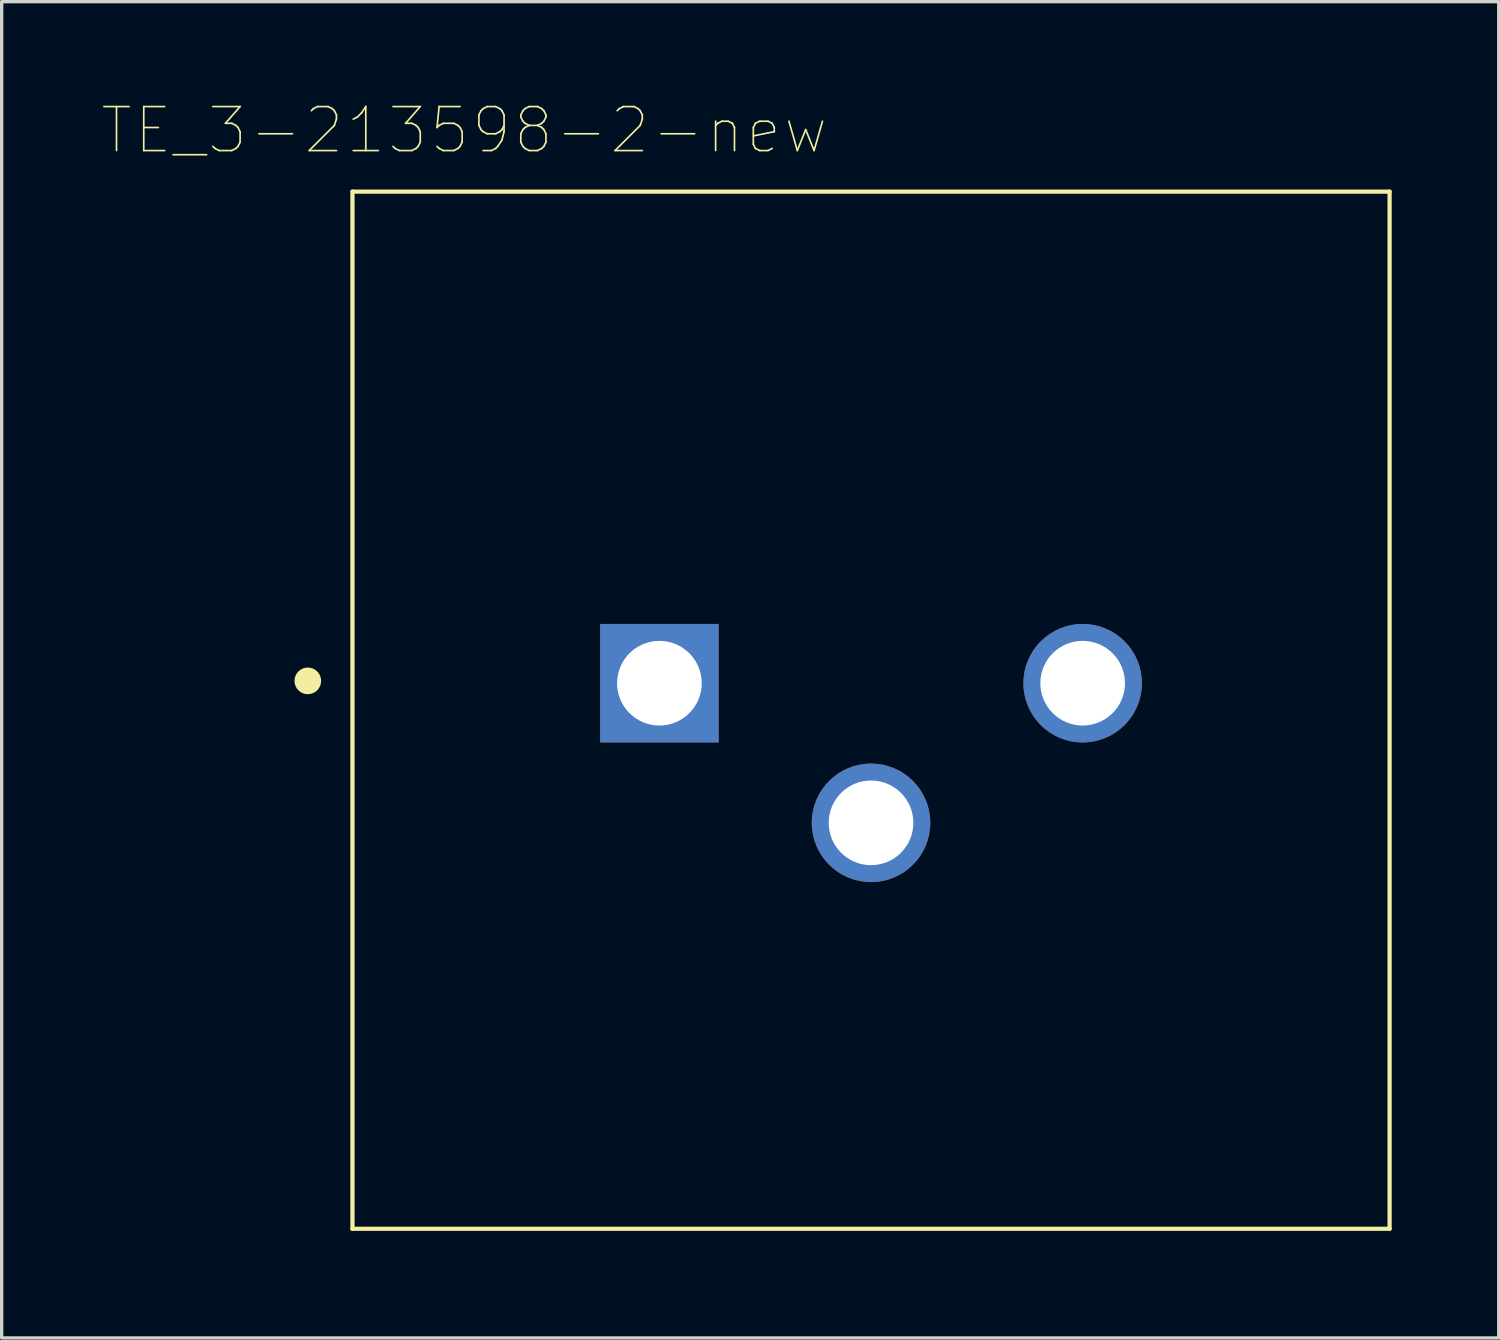
<source format=kicad_pcb>
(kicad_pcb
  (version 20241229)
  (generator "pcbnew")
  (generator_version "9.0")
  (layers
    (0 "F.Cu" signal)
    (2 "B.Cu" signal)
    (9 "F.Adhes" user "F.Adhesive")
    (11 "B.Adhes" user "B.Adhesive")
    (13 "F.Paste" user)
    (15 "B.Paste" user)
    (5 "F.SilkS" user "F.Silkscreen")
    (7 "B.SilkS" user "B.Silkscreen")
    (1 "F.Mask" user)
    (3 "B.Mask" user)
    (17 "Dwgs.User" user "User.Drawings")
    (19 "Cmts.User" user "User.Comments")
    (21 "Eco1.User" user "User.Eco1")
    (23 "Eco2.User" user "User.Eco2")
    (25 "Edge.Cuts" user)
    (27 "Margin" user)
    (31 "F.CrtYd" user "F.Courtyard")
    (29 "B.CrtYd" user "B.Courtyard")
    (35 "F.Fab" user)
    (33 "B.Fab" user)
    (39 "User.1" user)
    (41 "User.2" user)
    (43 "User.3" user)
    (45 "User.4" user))
  (footprint "TE_3-213598-2-new"
    (layer "F.Cu")
    (at 23.086 18.26)
    (property "Reference" "TE_3-213598-2-new" (at -12.206 -17.401 0) (layer "F.SilkS") (effects (font (size 1.32 1.32) (thickness 0.05))))
    (attr through_hole)
    (fp_line (start -15.56 -15.56) (end -15.56 15.56) (stroke (width 0.127) (type solid)) (layer "F.SilkS"))
    (fp_line (start -15.56 15.56) (end 15.56 15.56) (stroke (width 0.127) (type solid)) (layer "F.SilkS"))
    (fp_line (start 15.56 -15.56) (end -15.56 -15.56) (stroke (width 0.127) (type solid)) (layer "F.SilkS"))
    (fp_line (start 15.56 15.56) (end 15.56 -15.56) (stroke (width 0.127) (type solid)) (layer "F.SilkS"))
    (fp_circle (center -16.9 -0.88) (end -16.7 -0.88) (stroke (width 0.4) (type solid)) (fill no) (layer "F.SilkS"))
    (fp_line (start -15.81 -15.81) (end -15.81 15.81) (stroke (width 0.05) (type solid)) (layer "Eco1.User"))
    (fp_line (start -15.81 15.81) (end 15.81 15.81) (stroke (width 0.05) (type solid)) (layer "Eco1.User"))
    (fp_line (start 15.81 -15.81) (end -15.81 -15.81) (stroke (width 0.05) (type solid)) (layer "Eco1.User"))
    (fp_line (start 15.81 15.81) (end 15.81 -15.81) (stroke (width 0.05) (type solid)) (layer "Eco1.User"))
    (fp_line (start -15.56 -15.56) (end -15.56 15.56) (stroke (width 0.127) (type solid)) (layer "Eco2.User"))
    (fp_line (start -15.56 15.56) (end 15.56 15.56) (stroke (width 0.127) (type solid)) (layer "Eco2.User"))
    (fp_line (start 15.56 -15.56) (end -15.56 -15.56) (stroke (width 0.127) (type solid)) (layer "Eco2.User"))
    (fp_line (start 15.56 15.56) (end 15.56 -15.56) (stroke (width 0.127) (type solid)) (layer "Eco2.User"))
    (pad "1" thru_hole rect (at -6.35 -0.81) (size 3.556 3.556) (drill 2.54) (layers "*.Cu" "*.Mask"))
    (pad "2" thru_hole circle (at 0 3.38) (size 3.556 3.556) (drill 2.54) (layers "*.Cu" "*.Mask"))
    (pad "3" thru_hole circle (at 6.35 -0.81) (size 3.556 3.556) (drill 2.54) (layers "*.Cu" "*.Mask")))
  (gr_rect
    (start -3 -3)
    (end 41.921 37.095)
    (stroke (width 0.1) (type default))
    (fill no)
    (layer "Edge.Cuts")))
</source>
